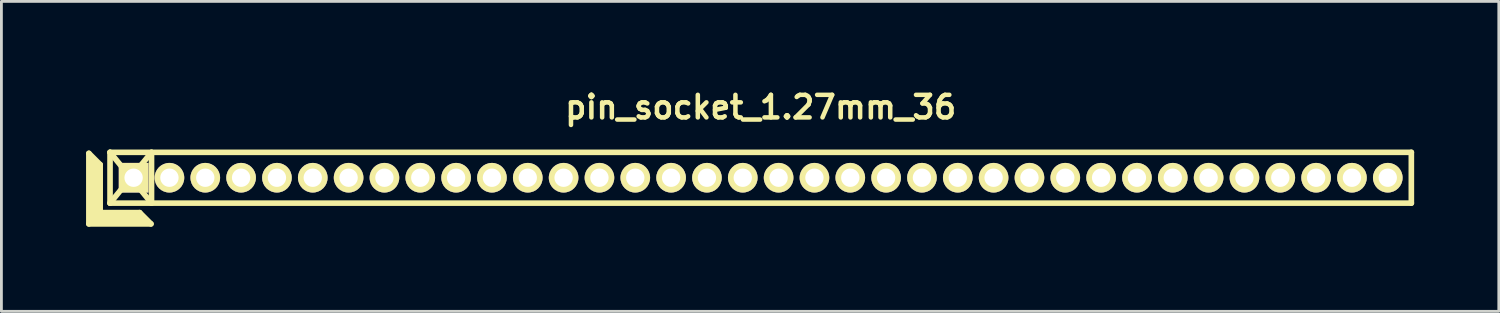
<source format=kicad_pcb>
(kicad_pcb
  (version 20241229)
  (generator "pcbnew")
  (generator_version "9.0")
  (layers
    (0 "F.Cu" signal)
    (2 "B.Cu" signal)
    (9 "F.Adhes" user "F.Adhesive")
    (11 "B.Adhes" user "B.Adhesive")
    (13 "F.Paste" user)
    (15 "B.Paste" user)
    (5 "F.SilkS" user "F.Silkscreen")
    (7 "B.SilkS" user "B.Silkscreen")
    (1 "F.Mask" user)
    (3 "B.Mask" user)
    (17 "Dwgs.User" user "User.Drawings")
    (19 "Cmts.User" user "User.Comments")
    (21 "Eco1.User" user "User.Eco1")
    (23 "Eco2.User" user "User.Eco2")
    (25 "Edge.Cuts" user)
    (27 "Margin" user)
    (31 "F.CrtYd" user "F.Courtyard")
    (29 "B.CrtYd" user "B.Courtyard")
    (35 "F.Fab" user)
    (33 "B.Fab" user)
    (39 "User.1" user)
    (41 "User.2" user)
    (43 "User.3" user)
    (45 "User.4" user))
  (footprint "pin_socket_1.27mm_36"
    (layer "F.Cu")
    (at 23.91 3.249)
    (property "Reference" "pin_socket_1.27mm_36" (at 0 -2.5 0) (layer "F.SilkS") (effects (font (size 0.8 0.8) (thickness 0.16))))
    (attr through_hole)
    (fp_line (start -23.81 -0.864) (end -23.81 1.636) (stroke (width 0.2) (type solid)) (layer "F.SilkS"))
    (fp_line (start -23.81 -0.864) (end -23.41 -0.464) (stroke (width 0.2) (type solid)) (layer "F.SilkS"))
    (fp_line (start -23.81 1.636) (end -21.61 1.636) (stroke (width 0.2) (type solid)) (layer "F.SilkS"))
    (fp_line (start -23.71 1.536) (end -23.71 -0.664) (stroke (width 0.2) (type solid)) (layer "F.SilkS"))
    (fp_line (start -23.71 1.536) (end -21.81 1.536) (stroke (width 0.2) (type solid)) (layer "F.SilkS"))
    (fp_line (start -23.61 1.436) (end -23.61 -0.564) (stroke (width 0.2) (type solid)) (layer "F.SilkS"))
    (fp_line (start -23.61 1.436) (end -21.91 1.436) (stroke (width 0.2) (type solid)) (layer "F.SilkS"))
    (fp_line (start -23.51 1.336) (end -23.51 -0.464) (stroke (width 0.2) (type solid)) (layer "F.SilkS"))
    (fp_line (start -23.51 1.336) (end -22.01 1.336) (stroke (width 0.2) (type solid)) (layer "F.SilkS"))
    (fp_line (start -23.41 1.236) (end -23.41 -0.464) (stroke (width 0.2) (type solid)) (layer "F.SilkS"))
    (fp_line (start -23.41 1.236) (end -22.01 1.236) (stroke (width 0.2) (type solid)) (layer "F.SilkS"))
    (fp_line (start -23.06 -0.9) (end -21.59 0.9) (stroke (width 0.2) (type solid)) (layer "F.SilkS"))
    (fp_line (start -23.06 -0.9) (end 23.06 -0.9) (stroke (width 0.2) (type solid)) (layer "F.SilkS"))
    (fp_line (start -23.06 0.9) (end -23.06 -0.9) (stroke (width 0.2) (type solid)) (layer "F.SilkS"))
    (fp_line (start -23.06 0.9) (end -21.59 -0.9) (stroke (width 0.2) (type solid)) (layer "F.SilkS"))
    (fp_line (start -22.01 1.236) (end -21.61 1.636) (stroke (width 0.2) (type solid)) (layer "F.SilkS"))
    (fp_line (start -21.59 -0.9) (end -21.59 0.9) (stroke (width 0.2) (type solid)) (layer "F.SilkS"))
    (fp_line (start 23.06 -0.9) (end 23.06 0.9) (stroke (width 0.2) (type solid)) (layer "F.SilkS"))
    (fp_line (start 23.06 0.9) (end -23.06 0.9) (stroke (width 0.2) (type solid)) (layer "F.SilkS"))
    (pad "1" thru_hole rect (at -22.225 0) (size 1.05 1.05) (drill 0.65) (layers "*.Cu" "*.Mask" "F.SilkS"))
    (pad "2" thru_hole oval (at -20.955 0) (size 1.05 1.05) (drill 0.65) (layers "*.Cu" "*.Mask" "F.SilkS"))
    (pad "3" thru_hole oval (at -19.685 0) (size 1.05 1.05) (drill 0.65) (layers "*.Cu" "*.Mask" "F.SilkS"))
    (pad "4" thru_hole oval (at -18.415 0) (size 1.05 1.05) (drill 0.65) (layers "*.Cu" "*.Mask" "F.SilkS"))
    (pad "5" thru_hole oval (at -17.145 0) (size 1.05 1.05) (drill 0.65) (layers "*.Cu" "*.Mask" "F.SilkS"))
    (pad "6" thru_hole oval (at -15.875 0) (size 1.05 1.05) (drill 0.65) (layers "*.Cu" "*.Mask" "F.SilkS"))
    (pad "7" thru_hole oval (at -14.605 0) (size 1.05 1.05) (drill 0.65) (layers "*.Cu" "*.Mask" "F.SilkS"))
    (pad "8" thru_hole oval (at -13.335 0) (size 1.05 1.05) (drill 0.65) (layers "*.Cu" "*.Mask" "F.SilkS"))
    (pad "9" thru_hole oval (at -12.065 0) (size 1.05 1.05) (drill 0.65) (layers "*.Cu" "*.Mask" "F.SilkS"))
    (pad "10" thru_hole oval (at -10.795 0) (size 1.05 1.05) (drill 0.65) (layers "*.Cu" "*.Mask" "F.SilkS"))
    (pad "11" thru_hole oval (at -9.525 0) (size 1.05 1.05) (drill 0.65) (layers "*.Cu" "*.Mask" "F.SilkS"))
    (pad "12" thru_hole oval (at -8.255 0) (size 1.05 1.05) (drill 0.65) (layers "*.Cu" "*.Mask" "F.SilkS"))
    (pad "13" thru_hole oval (at -6.985 0) (size 1.05 1.05) (drill 0.65) (layers "*.Cu" "*.Mask" "F.SilkS"))
    (pad "14" thru_hole oval (at -5.715 0) (size 1.05 1.05) (drill 0.65) (layers "*.Cu" "*.Mask" "F.SilkS"))
    (pad "15" thru_hole oval (at -4.445 0) (size 1.05 1.05) (drill 0.65) (layers "*.Cu" "*.Mask" "F.SilkS"))
    (pad "16" thru_hole oval (at -3.175 0) (size 1.05 1.05) (drill 0.65) (layers "*.Cu" "*.Mask" "F.SilkS"))
    (pad "17" thru_hole oval (at -1.905 0) (size 1.05 1.05) (drill 0.65) (layers "*.Cu" "*.Mask" "F.SilkS"))
    (pad "18" thru_hole oval (at -0.635 0) (size 1.05 1.05) (drill 0.65) (layers "*.Cu" "*.Mask" "F.SilkS"))
    (pad "19" thru_hole oval (at 0.635 0) (size 1.05 1.05) (drill 0.65) (layers "*.Cu" "*.Mask" "F.SilkS"))
    (pad "20" thru_hole oval (at 1.905 0) (size 1.05 1.05) (drill 0.65) (layers "*.Cu" "*.Mask" "F.SilkS"))
    (pad "21" thru_hole oval (at 3.175 0) (size 1.05 1.05) (drill 0.65) (layers "*.Cu" "*.Mask" "F.SilkS"))
    (pad "22" thru_hole oval (at 4.445 0) (size 1.05 1.05) (drill 0.65) (layers "*.Cu" "*.Mask" "F.SilkS"))
    (pad "23" thru_hole oval (at 5.715 0) (size 1.05 1.05) (drill 0.65) (layers "*.Cu" "*.Mask" "F.SilkS"))
    (pad "24" thru_hole oval (at 6.985 0) (size 1.05 1.05) (drill 0.65) (layers "*.Cu" "*.Mask" "F.SilkS"))
    (pad "25" thru_hole oval (at 8.255 0) (size 1.05 1.05) (drill 0.65) (layers "*.Cu" "*.Mask" "F.SilkS"))
    (pad "26" thru_hole oval (at 9.525 0) (size 1.05 1.05) (drill 0.65) (layers "*.Cu" "*.Mask" "F.SilkS"))
    (pad "27" thru_hole oval (at 10.795 0) (size 1.05 1.05) (drill 0.65) (layers "*.Cu" "*.Mask" "F.SilkS"))
    (pad "28" thru_hole oval (at 12.065 0) (size 1.05 1.05) (drill 0.65) (layers "*.Cu" "*.Mask" "F.SilkS"))
    (pad "29" thru_hole oval (at 13.335 0) (size 1.05 1.05) (drill 0.65) (layers "*.Cu" "*.Mask" "F.SilkS"))
    (pad "30" thru_hole oval (at 14.605 0) (size 1.05 1.05) (drill 0.65) (layers "*.Cu" "*.Mask" "F.SilkS"))
    (pad "31" thru_hole oval (at 15.875 0) (size 1.05 1.05) (drill 0.65) (layers "*.Cu" "*.Mask" "F.SilkS"))
    (pad "32" thru_hole oval (at 17.145 0) (size 1.05 1.05) (drill 0.65) (layers "*.Cu" "*.Mask" "F.SilkS"))
    (pad "33" thru_hole oval (at 18.415 0) (size 1.05 1.05) (drill 0.65) (layers "*.Cu" "*.Mask" "F.SilkS"))
    (pad "34" thru_hole oval (at 19.685 0) (size 1.05 1.05) (drill 0.65) (layers "*.Cu" "*.Mask" "F.SilkS"))
    (pad "35" thru_hole oval (at 20.955 0) (size 1.05 1.05) (drill 0.65) (layers "*.Cu" "*.Mask" "F.SilkS"))
    (pad "36" thru_hole oval (at 22.225 0) (size 1.05 1.05) (drill 0.65) (layers "*.Cu" "*.Mask" "F.SilkS")))
  (gr_rect
    (start -3 -3)
    (end 50.07 7.985)
    (stroke (width 0.1) (type default))
    (fill no)
    (layer "Edge.Cuts")))
</source>
